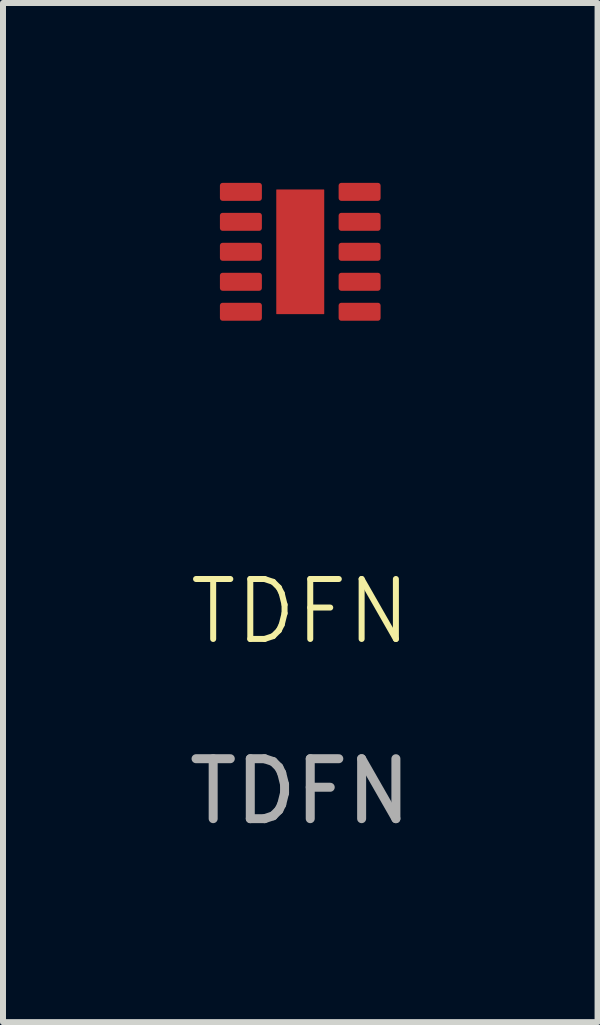
<source format=kicad_pcb>
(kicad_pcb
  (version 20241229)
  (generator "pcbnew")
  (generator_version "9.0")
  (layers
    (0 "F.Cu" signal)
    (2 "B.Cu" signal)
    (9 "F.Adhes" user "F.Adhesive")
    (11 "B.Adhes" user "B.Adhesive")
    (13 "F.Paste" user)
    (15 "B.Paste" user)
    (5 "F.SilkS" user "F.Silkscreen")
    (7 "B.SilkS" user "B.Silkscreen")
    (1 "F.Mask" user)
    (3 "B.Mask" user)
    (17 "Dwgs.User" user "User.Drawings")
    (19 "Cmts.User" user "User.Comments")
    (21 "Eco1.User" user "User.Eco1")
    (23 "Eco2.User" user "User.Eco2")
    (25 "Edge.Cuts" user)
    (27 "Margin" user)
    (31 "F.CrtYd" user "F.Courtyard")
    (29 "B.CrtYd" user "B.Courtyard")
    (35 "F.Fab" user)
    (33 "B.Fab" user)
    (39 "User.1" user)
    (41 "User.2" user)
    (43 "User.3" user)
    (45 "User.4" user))
  (footprint "TDFN"
    (layer "F.Cu")
    (at 1.958 1.15)
    (property "Reference" "TDFN" (at 0 6 0) (unlocked yes) (layer "F.SilkS") (effects (font (size 1 1) (thickness 0.1))))
    (attr smd)
    (fp_text user "${REFERENCE}" (at 0 9 0) (unlocked yes) (layer "F.Fab") (effects (font (size 1 1) (thickness 0.15))))
    (pad "1" smd roundrect (at -0.99 -1) (size 0.7 0.3) (layers "F.Cu" "F.Mask" "F.Paste") (roundrect_rratio 0.15))
    (pad "2" smd roundrect (at -0.99 -0.5) (size 0.7 0.3) (layers "F.Cu" "F.Mask" "F.Paste") (roundrect_rratio 0.15))
    (pad "3" smd roundrect (at -0.99 0) (size 0.7 0.3) (layers "F.Cu" "F.Mask" "F.Paste") (roundrect_rratio 0.15))
    (pad "4" smd roundrect (at -0.99 0.5) (size 0.7 0.3) (layers "F.Cu" "F.Mask" "F.Paste") (roundrect_rratio 0.15))
    (pad "5" smd roundrect (at -0.99 1) (size 0.7 0.3) (layers "F.Cu" "F.Mask" "F.Paste") (roundrect_rratio 0.15))
    (pad "6" smd roundrect (at 0.99 1) (size 0.7 0.3) (layers "F.Cu" "F.Mask" "F.Paste") (roundrect_rratio 0.15))
    (pad "7" smd roundrect (at 0.99 0.5) (size 0.7 0.3) (layers "F.Cu" "F.Mask" "F.Paste") (roundrect_rratio 0.15))
    (pad "8" smd roundrect (at 0.99 0) (size 0.7 0.3) (layers "F.Cu" "F.Mask" "F.Paste") (roundrect_rratio 0.15))
    (pad "9" smd roundrect (at 0.99 -0.5) (size 0.7 0.3) (layers "F.Cu" "F.Mask" "F.Paste") (roundrect_rratio 0.15))
    (pad "10" smd roundrect (at 0.99 -1) (size 0.7 0.3) (layers "F.Cu" "F.Mask" "F.Paste") (roundrect_rratio 0.15))
    (pad "EP" smd roundrect (at 0 0) (size 0.8 2.08) (layers "F.Cu" "F.Mask" "F.Paste") (roundrect_rratio 0.01)))
  (gr_rect
    (start -3 -3)
    (end 6.917 13.998)
    (stroke (width 0.1) (type default))
    (fill no)
    (layer "Edge.Cuts")))
</source>
